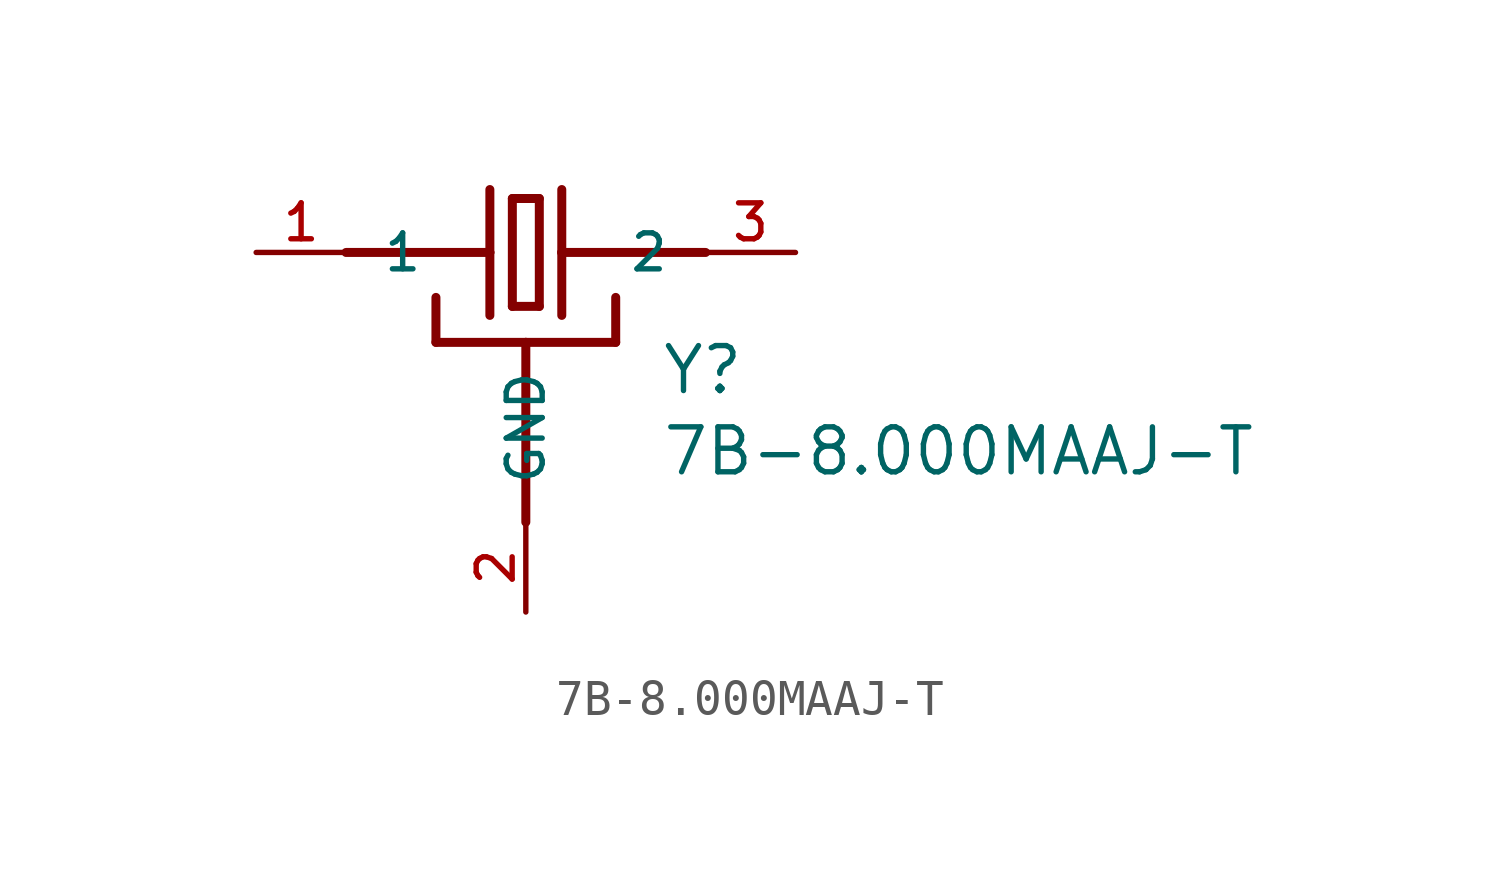
<source format=kicad_sym>
(kicad_symbol_lib
  (version 20211014)
  (generator kicad_symbol_editor)
  (symbol "7B-8.000MAAJ-T"
    (pin_names
      (offset 1.016))
    (property "Reference" "Y"
      (at 3.811 -4.065 0)
      (effects (font (size 1.27 1.27)) (justify bottom left)))
    (property "Value" "7B-8.000MAAJ-T"
      (at 3.817 -6.361 0)
      (effects (font (size 1.27 1.27)) (justify bottom left)))
    (symbol "7B-8.000MAAJ-T_0_0"
      (polyline (pts (xy -0.381 1.524) (xy -0.381 -1.524)) (stroke (width 0.254)))
      (polyline (pts (xy -0.381 -1.524) (xy 0.381 -1.524)) (stroke (width 0.254)))
      (polyline (pts (xy 0.381 -1.524) (xy 0.381 1.524)) (stroke (width 0.254)))
      (polyline (pts (xy 0.381 1.524) (xy -0.381 1.524)) (stroke (width 0.254)))
      (polyline (pts (xy 1.016 1.778) (xy 1.016 0.0)) (stroke (width 0.254)))
      (polyline (pts (xy 1.016 0.0) (xy 1.016 -1.778)) (stroke (width 0.254)))
      (polyline (pts (xy -1.016 1.778) (xy -1.016 0.0)) (stroke (width 0.254)))
      (polyline (pts (xy -1.016 0.0) (xy -1.016 -1.778)) (stroke (width 0.254)))
      (polyline (pts (xy -5.08 0.0) (xy -1.016 0.0)) (stroke (width 0.254)))
      (polyline (pts (xy 5.08 0.0) (xy 1.016 0.0)) (stroke (width 0.254)))
      (polyline (pts (xy -2.54 -1.27) (xy -2.54 -2.54)) (stroke (width 0.254)))
      (polyline (pts (xy -2.54 -2.54) (xy 0.0 -2.54)) (stroke (width 0.254)))
      (polyline (pts (xy 0.0 -2.54) (xy 2.54 -2.54)) (stroke (width 0.254)))
      (polyline (pts (xy 2.54 -2.54) (xy 2.54 -1.27)) (stroke (width 0.254)))
      (polyline (pts (xy 0.0 -2.54) (xy 0.0 -7.62)) (stroke (width 0.254)))
      (pin passive line (at 7.62 0.0 180.0) (length 2.54) (name "2" (effects (font (size 1.016 1.016)))) (number "3" (effects (font (size 1.016 1.016)))))
      (pin passive line (at -7.62 0.0 0) (length 2.54) (name "1" (effects (font (size 1.016 1.016)))) (number "1" (effects (font (size 1.016 1.016)))))
      (pin passive line (at 0.0 -10.16 90.0) (length 2.54) (name "GND" (effects (font (size 1.016 1.016)))) (number "2" (effects (font (size 1.016 1.016))))))))
</source>
